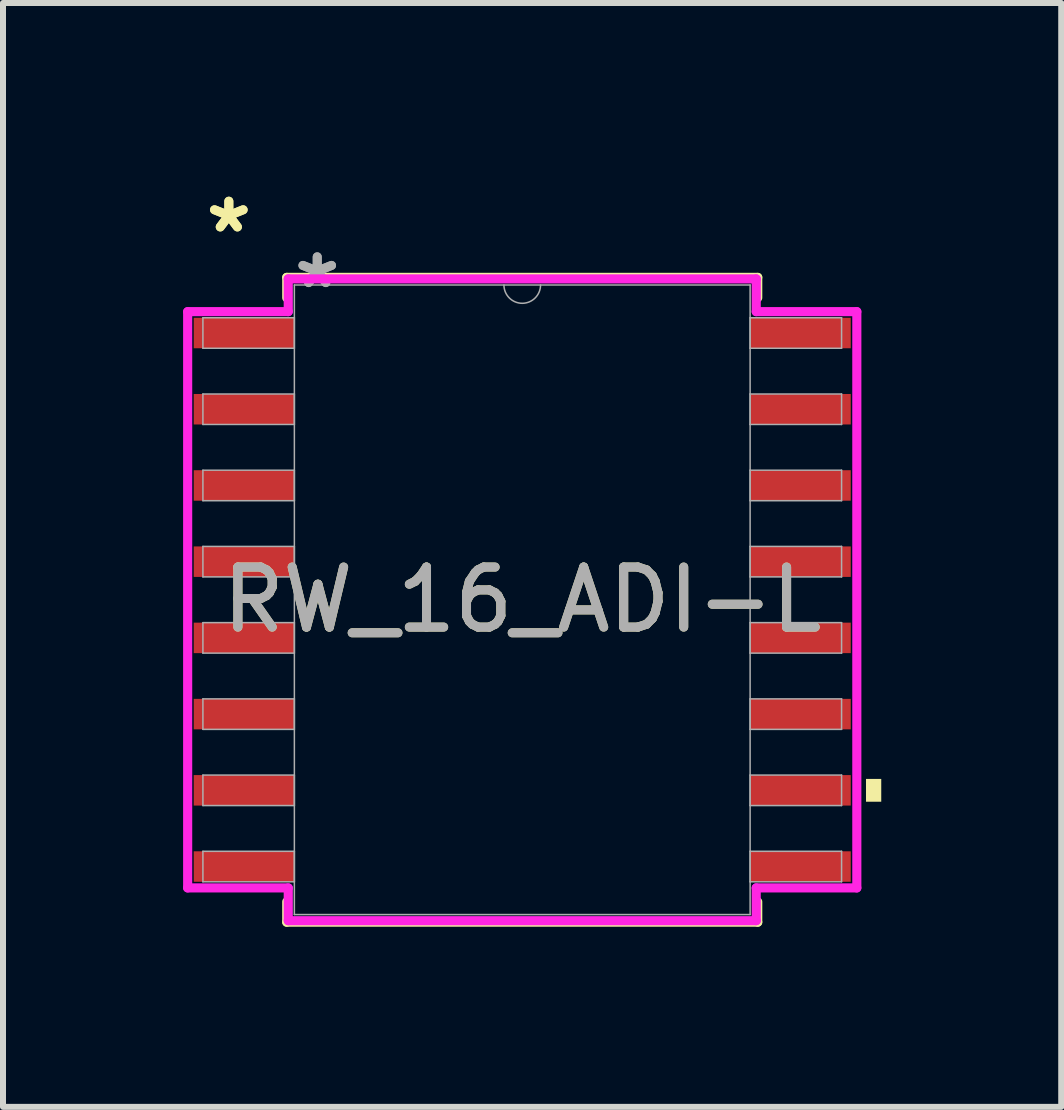
<source format=kicad_pcb>
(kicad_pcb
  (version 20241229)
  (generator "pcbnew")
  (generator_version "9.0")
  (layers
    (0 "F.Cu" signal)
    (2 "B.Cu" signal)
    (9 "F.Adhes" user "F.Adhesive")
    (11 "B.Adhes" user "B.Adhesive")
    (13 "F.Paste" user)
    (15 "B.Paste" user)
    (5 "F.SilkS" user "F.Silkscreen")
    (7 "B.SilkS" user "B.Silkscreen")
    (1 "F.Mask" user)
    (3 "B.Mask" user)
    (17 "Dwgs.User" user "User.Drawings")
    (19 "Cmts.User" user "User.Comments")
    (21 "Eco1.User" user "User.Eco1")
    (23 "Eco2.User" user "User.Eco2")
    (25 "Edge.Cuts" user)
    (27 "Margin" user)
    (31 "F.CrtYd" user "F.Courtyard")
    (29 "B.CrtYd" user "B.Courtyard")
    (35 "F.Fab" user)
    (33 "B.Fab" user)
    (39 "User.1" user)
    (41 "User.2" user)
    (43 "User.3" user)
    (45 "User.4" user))
  (footprint "RW_16_ADI-L"
    (layer "F.Cu")
    (at 5.652 6.944)
    (property "Reference" "RW_16_ADI-L" (at 0 0 0) (unlocked yes) (layer "F.SilkS") (effects (font (size 1 1) (thickness 0.15))))
    (attr smd)
    (fp_line (start -3.924 -5.372) (end -3.924 -5.032) (stroke (width 0.152) (type solid)) (layer "F.SilkS"))
    (fp_line (start -3.924 5.032) (end -3.924 5.372) (stroke (width 0.152) (type solid)) (layer "F.SilkS"))
    (fp_line (start -3.924 5.372) (end 3.924 5.372) (stroke (width 0.152) (type solid)) (layer "F.SilkS"))
    (fp_line (start 3.924 -5.372) (end -3.924 -5.372) (stroke (width 0.152) (type solid)) (layer "F.SilkS"))
    (fp_line (start 3.924 -5.032) (end 3.924 -5.372) (stroke (width 0.152) (type solid)) (layer "F.SilkS"))
    (fp_line (start 3.924 5.372) (end 3.924 5.032) (stroke (width 0.152) (type solid)) (layer "F.SilkS"))
    (fp_poly (pts (xy 5.982 2.985) (xy 5.982 3.365) (xy 5.728 3.365) (xy 5.728 2.985)) (stroke (width 0) (type solid)) (fill yes) (layer "F.SilkS"))
    (fp_line (start -5.575 -4.801) (end -3.899 -4.801) (stroke (width 0.152) (type solid)) (layer "F.CrtYd"))
    (fp_line (start -5.575 4.801) (end -5.575 -4.801) (stroke (width 0.152) (type solid)) (layer "F.CrtYd"))
    (fp_line (start -5.575 4.801) (end -3.899 4.801) (stroke (width 0.152) (type solid)) (layer "F.CrtYd"))
    (fp_line (start -3.899 -5.347) (end 3.899 -5.347) (stroke (width 0.152) (type solid)) (layer "F.CrtYd"))
    (fp_line (start -3.899 -4.801) (end -3.899 -5.347) (stroke (width 0.152) (type solid)) (layer "F.CrtYd"))
    (fp_line (start -3.899 5.347) (end -3.899 4.801) (stroke (width 0.152) (type solid)) (layer "F.CrtYd"))
    (fp_line (start 3.899 -5.347) (end 3.899 -4.801) (stroke (width 0.152) (type solid)) (layer "F.CrtYd"))
    (fp_line (start 3.899 4.801) (end 3.899 5.347) (stroke (width 0.152) (type solid)) (layer "F.CrtYd"))
    (fp_line (start 3.899 5.347) (end -3.899 5.347) (stroke (width 0.152) (type solid)) (layer "F.CrtYd"))
    (fp_line (start 5.575 -4.801) (end 3.899 -4.801) (stroke (width 0.152) (type solid)) (layer "F.CrtYd"))
    (fp_line (start 5.575 -4.801) (end 5.575 4.801) (stroke (width 0.152) (type solid)) (layer "F.CrtYd"))
    (fp_line (start 5.575 4.801) (end 3.899 4.801) (stroke (width 0.152) (type solid)) (layer "F.CrtYd"))
    (fp_line (start -5.321 -4.699) (end -5.321 -4.191) (stroke (width 0.025) (type solid)) (layer "F.Fab"))
    (fp_line (start -5.321 -4.191) (end -3.797 -4.191) (stroke (width 0.025) (type solid)) (layer "F.Fab"))
    (fp_line (start -5.321 -3.429) (end -5.321 -2.921) (stroke (width 0.025) (type solid)) (layer "F.Fab"))
    (fp_line (start -5.321 -2.921) (end -3.797 -2.921) (stroke (width 0.025) (type solid)) (layer "F.Fab"))
    (fp_line (start -5.321 -2.159) (end -5.321 -1.651) (stroke (width 0.025) (type solid)) (layer "F.Fab"))
    (fp_line (start -5.321 -1.651) (end -3.797 -1.651) (stroke (width 0.025) (type solid)) (layer "F.Fab"))
    (fp_line (start -5.321 -0.889) (end -5.321 -0.381) (stroke (width 0.025) (type solid)) (layer "F.Fab"))
    (fp_line (start -5.321 -0.381) (end -3.797 -0.381) (stroke (width 0.025) (type solid)) (layer "F.Fab"))
    (fp_line (start -5.321 0.381) (end -5.321 0.889) (stroke (width 0.025) (type solid)) (layer "F.Fab"))
    (fp_line (start -5.321 0.889) (end -3.797 0.889) (stroke (width 0.025) (type solid)) (layer "F.Fab"))
    (fp_line (start -5.321 1.651) (end -5.321 2.159) (stroke (width 0.025) (type solid)) (layer "F.Fab"))
    (fp_line (start -5.321 2.159) (end -3.797 2.159) (stroke (width 0.025) (type solid)) (layer "F.Fab"))
    (fp_line (start -5.321 2.921) (end -5.321 3.429) (stroke (width 0.025) (type solid)) (layer "F.Fab"))
    (fp_line (start -5.321 3.429) (end -3.797 3.429) (stroke (width 0.025) (type solid)) (layer "F.Fab"))
    (fp_line (start -5.321 4.191) (end -5.321 4.699) (stroke (width 0.025) (type solid)) (layer "F.Fab"))
    (fp_line (start -5.321 4.699) (end -3.797 4.699) (stroke (width 0.025) (type solid)) (layer "F.Fab"))
    (fp_line (start -3.797 -5.245) (end -3.797 5.245) (stroke (width 0.025) (type solid)) (layer "F.Fab"))
    (fp_line (start -3.797 -4.699) (end -5.321 -4.699) (stroke (width 0.025) (type solid)) (layer "F.Fab"))
    (fp_line (start -3.797 -4.191) (end -3.797 -4.699) (stroke (width 0.025) (type solid)) (layer "F.Fab"))
    (fp_line (start -3.797 -3.429) (end -5.321 -3.429) (stroke (width 0.025) (type solid)) (layer "F.Fab"))
    (fp_line (start -3.797 -2.921) (end -3.797 -3.429) (stroke (width 0.025) (type solid)) (layer "F.Fab"))
    (fp_line (start -3.797 -2.159) (end -5.321 -2.159) (stroke (width 0.025) (type solid)) (layer "F.Fab"))
    (fp_line (start -3.797 -1.651) (end -3.797 -2.159) (stroke (width 0.025) (type solid)) (layer "F.Fab"))
    (fp_line (start -3.797 -0.889) (end -5.321 -0.889) (stroke (width 0.025) (type solid)) (layer "F.Fab"))
    (fp_line (start -3.797 -0.381) (end -3.797 -0.889) (stroke (width 0.025) (type solid)) (layer "F.Fab"))
    (fp_line (start -3.797 0.381) (end -5.321 0.381) (stroke (width 0.025) (type solid)) (layer "F.Fab"))
    (fp_line (start -3.797 0.889) (end -3.797 0.381) (stroke (width 0.025) (type solid)) (layer "F.Fab"))
    (fp_line (start -3.797 1.651) (end -5.321 1.651) (stroke (width 0.025) (type solid)) (layer "F.Fab"))
    (fp_line (start -3.797 2.159) (end -3.797 1.651) (stroke (width 0.025) (type solid)) (layer "F.Fab"))
    (fp_line (start -3.797 2.921) (end -5.321 2.921) (stroke (width 0.025) (type solid)) (layer "F.Fab"))
    (fp_line (start -3.797 3.429) (end -3.797 2.921) (stroke (width 0.025) (type solid)) (layer "F.Fab"))
    (fp_line (start -3.797 4.191) (end -5.321 4.191) (stroke (width 0.025) (type solid)) (layer "F.Fab"))
    (fp_line (start -3.797 4.699) (end -3.797 4.191) (stroke (width 0.025) (type solid)) (layer "F.Fab"))
    (fp_line (start -3.797 5.245) (end 3.797 5.245) (stroke (width 0.025) (type solid)) (layer "F.Fab"))
    (fp_line (start 3.797 -5.245) (end -3.797 -5.245) (stroke (width 0.025) (type solid)) (layer "F.Fab"))
    (fp_line (start 3.797 -4.699) (end 3.797 -4.191) (stroke (width 0.025) (type solid)) (layer "F.Fab"))
    (fp_line (start 3.797 -4.191) (end 5.321 -4.191) (stroke (width 0.025) (type solid)) (layer "F.Fab"))
    (fp_line (start 3.797 -3.429) (end 3.797 -2.921) (stroke (width 0.025) (type solid)) (layer "F.Fab"))
    (fp_line (start 3.797 -2.921) (end 5.321 -2.921) (stroke (width 0.025) (type solid)) (layer "F.Fab"))
    (fp_line (start 3.797 -2.159) (end 3.797 -1.651) (stroke (width 0.025) (type solid)) (layer "F.Fab"))
    (fp_line (start 3.797 -1.651) (end 5.321 -1.651) (stroke (width 0.025) (type solid)) (layer "F.Fab"))
    (fp_line (start 3.797 -0.889) (end 3.797 -0.381) (stroke (width 0.025) (type solid)) (layer "F.Fab"))
    (fp_line (start 3.797 -0.381) (end 5.321 -0.381) (stroke (width 0.025) (type solid)) (layer "F.Fab"))
    (fp_line (start 3.797 0.381) (end 3.797 0.889) (stroke (width 0.025) (type solid)) (layer "F.Fab"))
    (fp_line (start 3.797 0.889) (end 5.321 0.889) (stroke (width 0.025) (type solid)) (layer "F.Fab"))
    (fp_line (start 3.797 1.651) (end 3.797 2.159) (stroke (width 0.025) (type solid)) (layer "F.Fab"))
    (fp_line (start 3.797 2.159) (end 5.321 2.159) (stroke (width 0.025) (type solid)) (layer "F.Fab"))
    (fp_line (start 3.797 2.921) (end 3.797 3.429) (stroke (width 0.025) (type solid)) (layer "F.Fab"))
    (fp_line (start 3.797 3.429) (end 5.321 3.429) (stroke (width 0.025) (type solid)) (layer "F.Fab"))
    (fp_line (start 3.797 4.191) (end 3.797 4.699) (stroke (width 0.025) (type solid)) (layer "F.Fab"))
    (fp_line (start 3.797 4.699) (end 5.321 4.699) (stroke (width 0.025) (type solid)) (layer "F.Fab"))
    (fp_line (start 3.797 5.245) (end 3.797 -5.245) (stroke (width 0.025) (type solid)) (layer "F.Fab"))
    (fp_line (start 5.321 -4.699) (end 3.797 -4.699) (stroke (width 0.025) (type solid)) (layer "F.Fab"))
    (fp_line (start 5.321 -4.191) (end 5.321 -4.699) (stroke (width 0.025) (type solid)) (layer "F.Fab"))
    (fp_line (start 5.321 -3.429) (end 3.797 -3.429) (stroke (width 0.025) (type solid)) (layer "F.Fab"))
    (fp_line (start 5.321 -2.921) (end 5.321 -3.429) (stroke (width 0.025) (type solid)) (layer "F.Fab"))
    (fp_line (start 5.321 -2.159) (end 3.797 -2.159) (stroke (width 0.025) (type solid)) (layer "F.Fab"))
    (fp_line (start 5.321 -1.651) (end 5.321 -2.159) (stroke (width 0.025) (type solid)) (layer "F.Fab"))
    (fp_line (start 5.321 -0.889) (end 3.797 -0.889) (stroke (width 0.025) (type solid)) (layer "F.Fab"))
    (fp_line (start 5.321 -0.381) (end 5.321 -0.889) (stroke (width 0.025) (type solid)) (layer "F.Fab"))
    (fp_line (start 5.321 0.381) (end 3.797 0.381) (stroke (width 0.025) (type solid)) (layer "F.Fab"))
    (fp_line (start 5.321 0.889) (end 5.321 0.381) (stroke (width 0.025) (type solid)) (layer "F.Fab"))
    (fp_line (start 5.321 1.651) (end 3.797 1.651) (stroke (width 0.025) (type solid)) (layer "F.Fab"))
    (fp_line (start 5.321 2.159) (end 5.321 1.651) (stroke (width 0.025) (type solid)) (layer "F.Fab"))
    (fp_line (start 5.321 2.921) (end 3.797 2.921) (stroke (width 0.025) (type solid)) (layer "F.Fab"))
    (fp_line (start 5.321 3.429) (end 5.321 2.921) (stroke (width 0.025) (type solid)) (layer "F.Fab"))
    (fp_line (start 5.321 4.191) (end 3.797 4.191) (stroke (width 0.025) (type solid)) (layer "F.Fab"))
    (fp_line (start 5.321 4.699) (end 5.321 4.191) (stroke (width 0.025) (type solid)) (layer "F.Fab"))
    (fp_arc (start 0.3048 -5.2451) (mid 0 -4.9403) (end -0.3048 -5.2451) (stroke (width 0.0254) (type solid)) (layer "F.Fab"))
    (fp_text user "*" (at -4.889 -6.096 0) (layer "F.SilkS") (effects (font (size 1 1) (thickness 0.15))))
    (fp_text user "*" (at -4.889 -6.096 0) (unlocked yes) (layer "F.SilkS") (effects (font (size 1 1) (thickness 0.15))))
    (fp_text user "${REFERENCE}" (at 0 0 0) (unlocked yes) (layer "F.Fab") (effects (font (size 1 1) (thickness 0.15))))
    (fp_text user "*" (at -3.416 -5.169 0) (layer "F.Fab") (effects (font (size 1 1) (thickness 0.15))))
    (fp_text user "*" (at -3.416 -5.169 0) (unlocked yes) (layer "F.Fab") (effects (font (size 1 1) (thickness 0.15))))
    (pad "1" smd rect (at -4.636 -4.445) (size 1.676 0.508) (layers "F.Cu" "F.Mask" "F.Paste"))
    (pad "2" smd rect (at -4.636 -3.175) (size 1.676 0.508) (layers "F.Cu" "F.Mask" "F.Paste"))
    (pad "3" smd rect (at -4.636 -1.905) (size 1.676 0.508) (layers "F.Cu" "F.Mask" "F.Paste"))
    (pad "4" smd rect (at -4.636 -0.635) (size 1.676 0.508) (layers "F.Cu" "F.Mask" "F.Paste"))
    (pad "5" smd rect (at -4.636 0.635) (size 1.676 0.508) (layers "F.Cu" "F.Mask" "F.Paste"))
    (pad "6" smd rect (at -4.636 1.905) (size 1.676 0.508) (layers "F.Cu" "F.Mask" "F.Paste"))
    (pad "7" smd rect (at -4.636 3.175) (size 1.676 0.508) (layers "F.Cu" "F.Mask" "F.Paste"))
    (pad "8" smd rect (at -4.636 4.445) (size 1.676 0.508) (layers "F.Cu" "F.Mask" "F.Paste"))
    (pad "9" smd rect (at 4.636 4.445) (size 1.676 0.508) (layers "F.Cu" "F.Mask" "F.Paste"))
    (pad "10" smd rect (at 4.636 3.175) (size 1.676 0.508) (layers "F.Cu" "F.Mask" "F.Paste"))
    (pad "11" smd rect (at 4.636 1.905) (size 1.676 0.508) (layers "F.Cu" "F.Mask" "F.Paste"))
    (pad "12" smd rect (at 4.636 0.635) (size 1.676 0.508) (layers "F.Cu" "F.Mask" "F.Paste"))
    (pad "13" smd rect (at 4.636 -0.635) (size 1.676 0.508) (layers "F.Cu" "F.Mask" "F.Paste"))
    (pad "14" smd rect (at 4.636 -1.905) (size 1.676 0.508) (layers "F.Cu" "F.Mask" "F.Paste"))
    (pad "15" smd rect (at 4.636 -3.175) (size 1.676 0.508) (layers "F.Cu" "F.Mask" "F.Paste"))
    (pad "16" smd rect (at 4.636 -4.445) (size 1.676 0.508) (layers "F.Cu" "F.Mask" "F.Paste")))
  (gr_rect
    (start -3 -3)
    (end 14.633 15.393)
    (stroke (width 0.1) (type default))
    (fill no)
    (layer "Edge.Cuts")))
</source>
